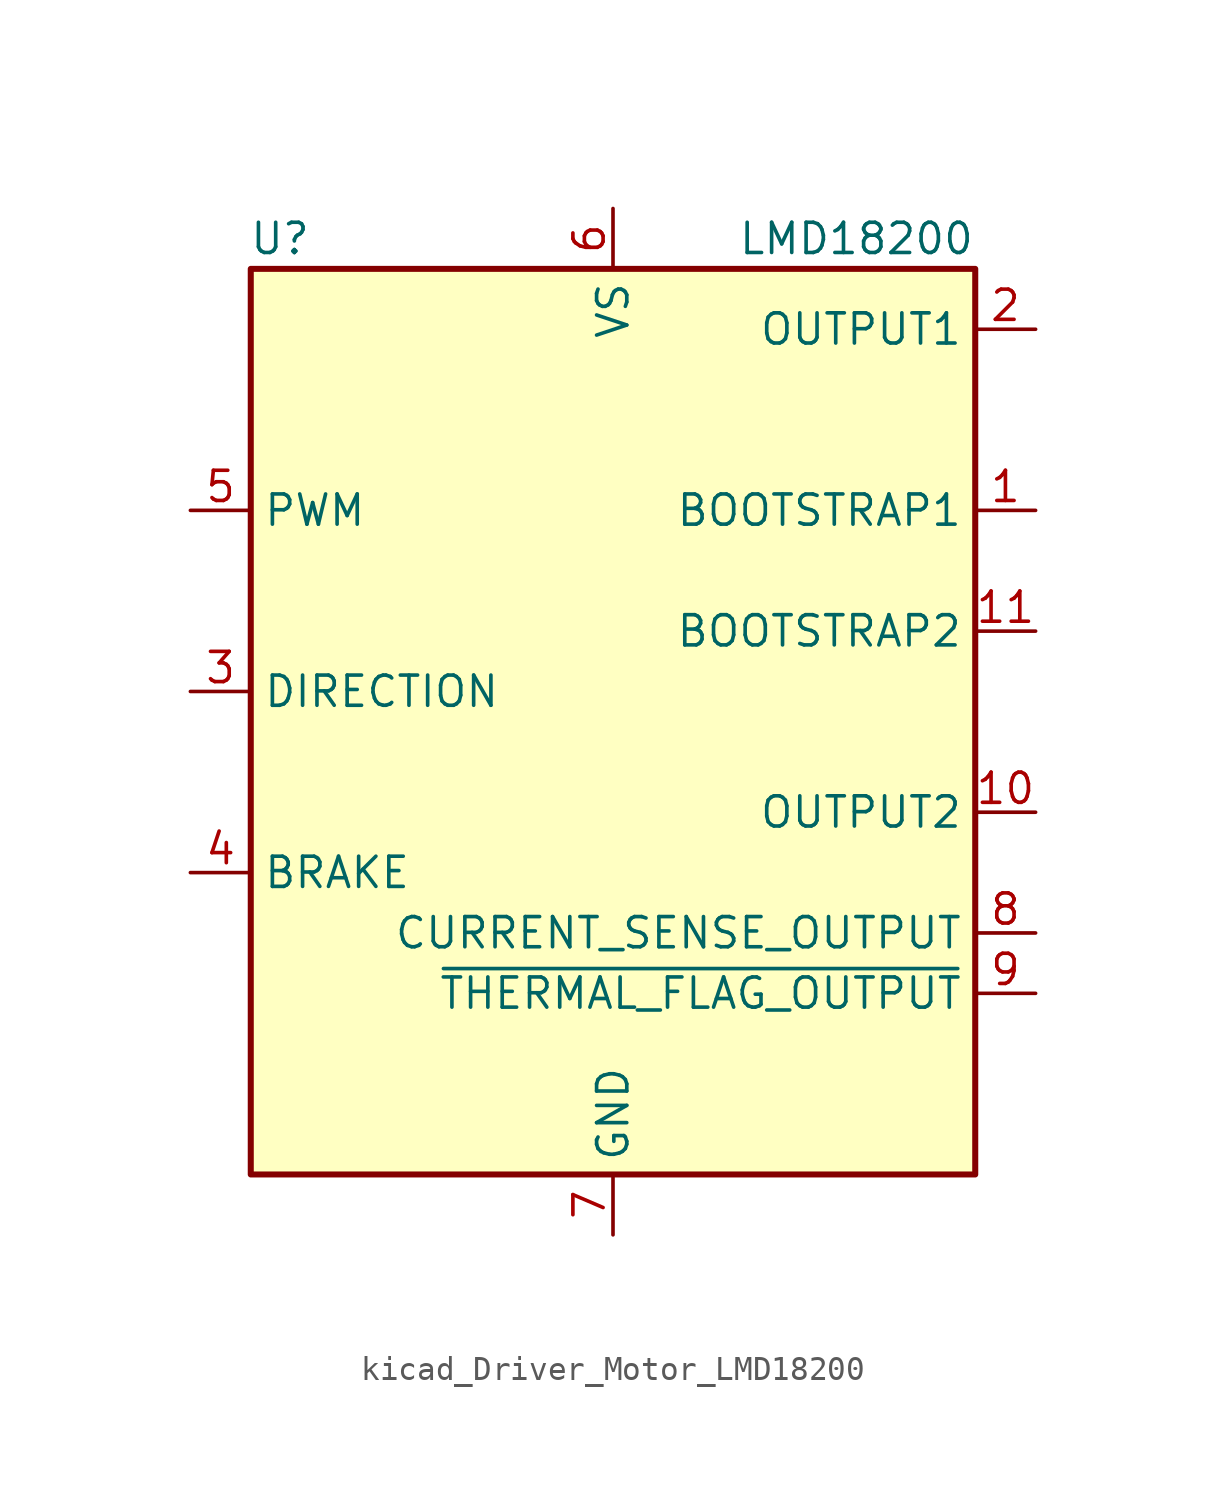
<source format=kicad_sym>
(kicad_symbol_lib
  (version 20220914)
  (generator kicad_symbol_editor)
  (symbol "kicad_Driver_Motor_LMD18200"
    (property "Reference" "U"
      (at -12.7 19.05 0)
      (effects (font (size 1.27 1.27)) (justify right)))
    (property "Value" "LMD18200"
      (at 15.24 19.05 0)
      (effects (font (size 1.27 1.27)) (justify right)))
    (symbol "kicad_Driver_Motor_LMD18200_0_1"
      (rectangle (start -15.24 -20.32) (end 15.24 17.78) (stroke (width 0.254) (type default)) (fill (type background))))
    (symbol "kicad_Driver_Motor_LMD18200_1_1"
      (pin passive line (at 17.78 7.62 180) (length 2.54) (name "BOOTSTRAP1" (effects (font (size 1.27 1.27)))) (number "1" (effects (font (size 1.27 1.27)))))
      (pin output line (at 17.78 -5.08 180) (length 2.54) (name "OUTPUT2" (effects (font (size 1.27 1.27)))) (number "10" (effects (font (size 1.27 1.27)))))
      (pin passive line (at 17.78 2.54 180) (length 2.54) (name "BOOTSTRAP2" (effects (font (size 1.27 1.27)))) (number "11" (effects (font (size 1.27 1.27)))))
      (pin output line (at 17.78 15.24 180) (length 2.54) (name "OUTPUT1" (effects (font (size 1.27 1.27)))) (number "2" (effects (font (size 1.27 1.27)))))
      (pin input line (at -17.78 0 0) (length 2.54) (name "DIRECTION" (effects (font (size 1.27 1.27)))) (number "3" (effects (font (size 1.27 1.27)))))
      (pin input line (at -17.78 -7.62 0) (length 2.54) (name "BRAKE" (effects (font (size 1.27 1.27)))) (number "4" (effects (font (size 1.27 1.27)))))
      (pin input line (at -17.78 7.62 0) (length 2.54) (name "PWM" (effects (font (size 1.27 1.27)))) (number "5" (effects (font (size 1.27 1.27)))))
      (pin power_in line (at 0 20.32 270) (length 2.54) (name "VS" (effects (font (size 1.27 1.27)))) (number "6" (effects (font (size 1.27 1.27)))))
      (pin power_in line (at 0 -22.86 90) (length 2.54) (name "GND" (effects (font (size 1.27 1.27)))) (number "7" (effects (font (size 1.27 1.27)))))
      (pin output line (at 17.78 -10.16 180) (length 2.54) (name "CURRENT_SENSE_OUTPUT" (effects (font (size 1.27 1.27)))) (number "8" (effects (font (size 1.27 1.27)))))
      (pin open_collector line (at 17.78 -12.7 180) (length 2.54) (name "~{THERMAL_FLAG_OUTPUT}" (effects (font (size 1.27 1.27)))) (number "9" (effects (font (size 1.27 1.27))))))))
</source>
